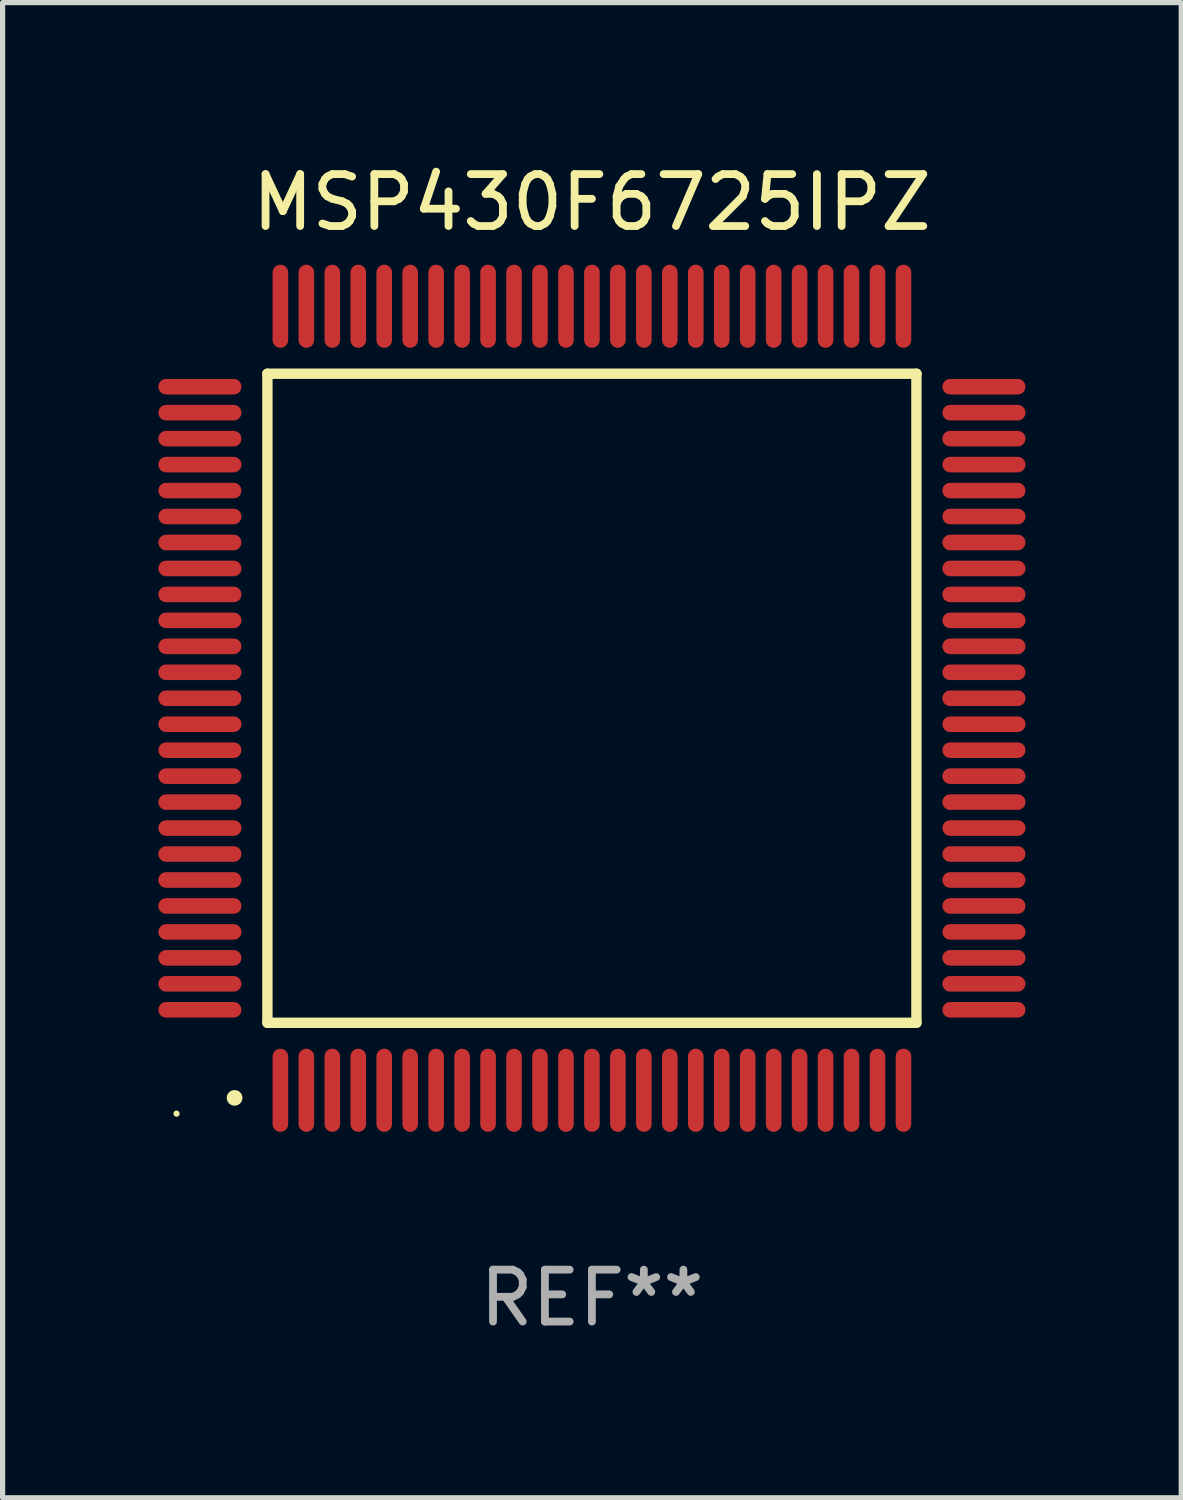
<source format=kicad_pcb>
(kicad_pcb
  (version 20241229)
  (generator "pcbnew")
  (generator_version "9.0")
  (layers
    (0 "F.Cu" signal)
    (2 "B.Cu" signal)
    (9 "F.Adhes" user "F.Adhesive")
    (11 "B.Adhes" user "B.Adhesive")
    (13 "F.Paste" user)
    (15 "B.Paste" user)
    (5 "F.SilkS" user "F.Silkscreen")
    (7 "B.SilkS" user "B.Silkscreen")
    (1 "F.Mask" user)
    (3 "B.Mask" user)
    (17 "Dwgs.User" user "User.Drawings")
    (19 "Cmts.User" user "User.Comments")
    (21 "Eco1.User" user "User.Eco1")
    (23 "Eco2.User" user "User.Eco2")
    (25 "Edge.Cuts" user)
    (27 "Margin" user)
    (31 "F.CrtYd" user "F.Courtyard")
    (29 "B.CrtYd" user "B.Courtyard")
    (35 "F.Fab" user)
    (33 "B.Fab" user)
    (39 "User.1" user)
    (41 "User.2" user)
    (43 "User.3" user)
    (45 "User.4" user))
  (footprint "MSP430F6725IPZ"
    (layer "F.Cu")
    (at 8.35 10.398)
    (property "Reference" "MSP430F6725IPZ" (at 0 -9.55 0) (layer "F.SilkS") (effects (font (size 1 1) (thickness 0.15))))
    (attr through_hole)
    (fp_line (start -6.25 -6.25) (end -6.25 6.25) (stroke (width 0.2) (type solid)) (layer "F.SilkS"))
    (fp_line (start -6.25 6.25) (end 6.25 6.25) (stroke (width 0.2) (type solid)) (layer "F.SilkS"))
    (fp_line (start 6.25 -6.25) (end -6.25 -6.25) (stroke (width 0.2) (type solid)) (layer "F.SilkS"))
    (fp_line (start 6.25 6.25) (end 6.25 -6.25) (stroke (width 0.2) (type solid)) (layer "F.SilkS"))
    (fp_arc (start -6.883414 7.696215) (mid -6.882144 7.69621) (end -6.880874 7.696215) (stroke (width 0.3) (type solid)) (layer "F.SilkS"))
    (fp_circle (center -8 8) (end -7.97 8) (stroke (width 0.06) (type solid)) (fill no) (layer "F.SilkS"))
    (fp_text user "REF**" (at 0 11.55 0) (layer "F.Fab") (effects (font (size 1 1) (thickness 0.15))))
    (pad "1" smd oval (at -6 7.55) (size 0.3 1.6) (layers "F.Cu" "F.Mask" "F.Paste"))
    (pad "2" smd oval (at -5.5 7.55) (size 0.3 1.6) (layers "F.Cu" "F.Mask" "F.Paste"))
    (pad "3" smd oval (at -5 7.55) (size 0.3 1.6) (layers "F.Cu" "F.Mask" "F.Paste"))
    (pad "4" smd oval (at -4.5 7.55) (size 0.3 1.6) (layers "F.Cu" "F.Mask" "F.Paste"))
    (pad "5" smd oval (at -4 7.55) (size 0.3 1.6) (layers "F.Cu" "F.Mask" "F.Paste"))
    (pad "6" smd oval (at -3.5 7.55) (size 0.3 1.6) (layers "F.Cu" "F.Mask" "F.Paste"))
    (pad "7" smd oval (at -3 7.55) (size 0.3 1.6) (layers "F.Cu" "F.Mask" "F.Paste"))
    (pad "8" smd oval (at -2.5 7.55) (size 0.3 1.6) (layers "F.Cu" "F.Mask" "F.Paste"))
    (pad "9" smd oval (at -2 7.55) (size 0.3 1.6) (layers "F.Cu" "F.Mask" "F.Paste"))
    (pad "10" smd oval (at -1.5 7.55) (size 0.3 1.6) (layers "F.Cu" "F.Mask" "F.Paste"))
    (pad "11" smd oval (at -1 7.55) (size 0.3 1.6) (layers "F.Cu" "F.Mask" "F.Paste"))
    (pad "12" smd oval (at -0.5 7.55) (size 0.3 1.6) (layers "F.Cu" "F.Mask" "F.Paste"))
    (pad "13" smd oval (at 0 7.55) (size 0.3 1.6) (layers "F.Cu" "F.Mask" "F.Paste"))
    (pad "14" smd oval (at 0.5 7.55) (size 0.3 1.6) (layers "F.Cu" "F.Mask" "F.Paste"))
    (pad "15" smd oval (at 1 7.55) (size 0.3 1.6) (layers "F.Cu" "F.Mask" "F.Paste"))
    (pad "16" smd oval (at 1.5 7.55) (size 0.3 1.6) (layers "F.Cu" "F.Mask" "F.Paste"))
    (pad "17" smd oval (at 2 7.55) (size 0.3 1.6) (layers "F.Cu" "F.Mask" "F.Paste"))
    (pad "18" smd oval (at 2.5 7.55) (size 0.3 1.6) (layers "F.Cu" "F.Mask" "F.Paste"))
    (pad "19" smd oval (at 3 7.55) (size 0.3 1.6) (layers "F.Cu" "F.Mask" "F.Paste"))
    (pad "20" smd oval (at 3.5 7.55) (size 0.3 1.6) (layers "F.Cu" "F.Mask" "F.Paste"))
    (pad "21" smd oval (at 4 7.55) (size 0.3 1.6) (layers "F.Cu" "F.Mask" "F.Paste"))
    (pad "22" smd oval (at 4.5 7.55) (size 0.3 1.6) (layers "F.Cu" "F.Mask" "F.Paste"))
    (pad "23" smd oval (at 5 7.55) (size 0.3 1.6) (layers "F.Cu" "F.Mask" "F.Paste"))
    (pad "24" smd oval (at 5.5 7.55) (size 0.3 1.6) (layers "F.Cu" "F.Mask" "F.Paste"))
    (pad "25" smd oval (at 6 7.55) (size 0.3 1.6) (layers "F.Cu" "F.Mask" "F.Paste"))
    (pad "26" smd oval (at 7.55 6) (size 1.6 0.3) (layers "F.Cu" "F.Mask" "F.Paste"))
    (pad "27" smd oval (at 7.55 5.5) (size 1.6 0.3) (layers "F.Cu" "F.Mask" "F.Paste"))
    (pad "28" smd oval (at 7.55 5) (size 1.6 0.3) (layers "F.Cu" "F.Mask" "F.Paste"))
    (pad "29" smd oval (at 7.55 4.5) (size 1.6 0.3) (layers "F.Cu" "F.Mask" "F.Paste"))
    (pad "30" smd oval (at 7.55 4) (size 1.6 0.3) (layers "F.Cu" "F.Mask" "F.Paste"))
    (pad "31" smd oval (at 7.55 3.5) (size 1.6 0.3) (layers "F.Cu" "F.Mask" "F.Paste"))
    (pad "32" smd oval (at 7.55 3) (size 1.6 0.3) (layers "F.Cu" "F.Mask" "F.Paste"))
    (pad "33" smd oval (at 7.55 2.5) (size 1.6 0.3) (layers "F.Cu" "F.Mask" "F.Paste"))
    (pad "34" smd oval (at 7.55 2) (size 1.6 0.3) (layers "F.Cu" "F.Mask" "F.Paste"))
    (pad "35" smd oval (at 7.55 1.5) (size 1.6 0.3) (layers "F.Cu" "F.Mask" "F.Paste"))
    (pad "36" smd oval (at 7.55 1) (size 1.6 0.3) (layers "F.Cu" "F.Mask" "F.Paste"))
    (pad "37" smd oval (at 7.55 0.5) (size 1.6 0.3) (layers "F.Cu" "F.Mask" "F.Paste"))
    (pad "38" smd oval (at 7.55 0) (size 1.6 0.3) (layers "F.Cu" "F.Mask" "F.Paste"))
    (pad "39" smd oval (at 7.55 -0.5) (size 1.6 0.3) (layers "F.Cu" "F.Mask" "F.Paste"))
    (pad "40" smd oval (at 7.55 -1) (size 1.6 0.3) (layers "F.Cu" "F.Mask" "F.Paste"))
    (pad "41" smd oval (at 7.55 -1.5) (size 1.6 0.3) (layers "F.Cu" "F.Mask" "F.Paste"))
    (pad "42" smd oval (at 7.55 -2) (size 1.6 0.3) (layers "F.Cu" "F.Mask" "F.Paste"))
    (pad "43" smd oval (at 7.55 -2.5) (size 1.6 0.3) (layers "F.Cu" "F.Mask" "F.Paste"))
    (pad "44" smd oval (at 7.55 -3) (size 1.6 0.3) (layers "F.Cu" "F.Mask" "F.Paste"))
    (pad "45" smd oval (at 7.55 -3.5) (size 1.6 0.3) (layers "F.Cu" "F.Mask" "F.Paste"))
    (pad "46" smd oval (at 7.55 -4) (size 1.6 0.3) (layers "F.Cu" "F.Mask" "F.Paste"))
    (pad "47" smd oval (at 7.55 -4.5) (size 1.6 0.3) (layers "F.Cu" "F.Mask" "F.Paste"))
    (pad "48" smd oval (at 7.55 -5) (size 1.6 0.3) (layers "F.Cu" "F.Mask" "F.Paste"))
    (pad "49" smd oval (at 7.55 -5.5) (size 1.6 0.3) (layers "F.Cu" "F.Mask" "F.Paste"))
    (pad "50" smd oval (at 7.55 -6) (size 1.6 0.3) (layers "F.Cu" "F.Mask" "F.Paste"))
    (pad "51" smd oval (at 6 -7.55) (size 0.3 1.6) (layers "F.Cu" "F.Mask" "F.Paste"))
    (pad "52" smd oval (at 5.5 -7.55) (size 0.3 1.6) (layers "F.Cu" "F.Mask" "F.Paste"))
    (pad "53" smd oval (at 5 -7.55) (size 0.3 1.6) (layers "F.Cu" "F.Mask" "F.Paste"))
    (pad "54" smd oval (at 4.5 -7.55) (size 0.3 1.6) (layers "F.Cu" "F.Mask" "F.Paste"))
    (pad "55" smd oval (at 4 -7.55) (size 0.3 1.6) (layers "F.Cu" "F.Mask" "F.Paste"))
    (pad "56" smd oval (at 3.5 -7.55) (size 0.3 1.6) (layers "F.Cu" "F.Mask" "F.Paste"))
    (pad "57" smd oval (at 3 -7.55) (size 0.3 1.6) (layers "F.Cu" "F.Mask" "F.Paste"))
    (pad "58" smd oval (at 2.5 -7.55) (size 0.3 1.6) (layers "F.Cu" "F.Mask" "F.Paste"))
    (pad "59" smd oval (at 2 -7.55) (size 0.3 1.6) (layers "F.Cu" "F.Mask" "F.Paste"))
    (pad "60" smd oval (at 1.5 -7.55) (size 0.3 1.6) (layers "F.Cu" "F.Mask" "F.Paste"))
    (pad "61" smd oval (at 1 -7.55) (size 0.3 1.6) (layers "F.Cu" "F.Mask" "F.Paste"))
    (pad "62" smd oval (at 0.5 -7.55) (size 0.3 1.6) (layers "F.Cu" "F.Mask" "F.Paste"))
    (pad "63" smd oval (at 0 -7.55) (size 0.3 1.6) (layers "F.Cu" "F.Mask" "F.Paste"))
    (pad "64" smd oval (at -0.5 -7.55) (size 0.3 1.6) (layers "F.Cu" "F.Mask" "F.Paste"))
    (pad "65" smd oval (at -1 -7.55) (size 0.3 1.6) (layers "F.Cu" "F.Mask" "F.Paste"))
    (pad "66" smd oval (at -1.5 -7.55) (size 0.3 1.6) (layers "F.Cu" "F.Mask" "F.Paste"))
    (pad "67" smd oval (at -2 -7.55) (size 0.3 1.6) (layers "F.Cu" "F.Mask" "F.Paste"))
    (pad "68" smd oval (at -2.5 -7.55) (size 0.3 1.6) (layers "F.Cu" "F.Mask" "F.Paste"))
    (pad "69" smd oval (at -3 -7.55) (size 0.3 1.6) (layers "F.Cu" "F.Mask" "F.Paste"))
    (pad "70" smd oval (at -3.5 -7.55) (size 0.3 1.6) (layers "F.Cu" "F.Mask" "F.Paste"))
    (pad "71" smd oval (at -4 -7.55) (size 0.3 1.6) (layers "F.Cu" "F.Mask" "F.Paste"))
    (pad "72" smd oval (at -4.5 -7.55) (size 0.3 1.6) (layers "F.Cu" "F.Mask" "F.Paste"))
    (pad "73" smd oval (at -5 -7.55) (size 0.3 1.6) (layers "F.Cu" "F.Mask" "F.Paste"))
    (pad "74" smd oval (at -5.5 -7.55) (size 0.3 1.6) (layers "F.Cu" "F.Mask" "F.Paste"))
    (pad "75" smd oval (at -6 -7.55) (size 0.3 1.6) (layers "F.Cu" "F.Mask" "F.Paste"))
    (pad "76" smd oval (at -7.55 -6) (size 1.6 0.3) (layers "F.Cu" "F.Mask" "F.Paste"))
    (pad "77" smd oval (at -7.55 -5.5) (size 1.6 0.3) (layers "F.Cu" "F.Mask" "F.Paste"))
    (pad "78" smd oval (at -7.55 -5) (size 1.6 0.3) (layers "F.Cu" "F.Mask" "F.Paste"))
    (pad "79" smd oval (at -7.55 -4.5) (size 1.6 0.3) (layers "F.Cu" "F.Mask" "F.Paste"))
    (pad "80" smd oval (at -7.55 -4) (size 1.6 0.3) (layers "F.Cu" "F.Mask" "F.Paste"))
    (pad "81" smd oval (at -7.55 -3.5) (size 1.6 0.3) (layers "F.Cu" "F.Mask" "F.Paste"))
    (pad "82" smd oval (at -7.55 -3) (size 1.6 0.3) (layers "F.Cu" "F.Mask" "F.Paste"))
    (pad "83" smd oval (at -7.55 -2.5) (size 1.6 0.3) (layers "F.Cu" "F.Mask" "F.Paste"))
    (pad "84" smd oval (at -7.55 -2) (size 1.6 0.3) (layers "F.Cu" "F.Mask" "F.Paste"))
    (pad "85" smd oval (at -7.55 -1.5) (size 1.6 0.3) (layers "F.Cu" "F.Mask" "F.Paste"))
    (pad "86" smd oval (at -7.55 -1) (size 1.6 0.3) (layers "F.Cu" "F.Mask" "F.Paste"))
    (pad "87" smd oval (at -7.55 -0.5) (size 1.6 0.3) (layers "F.Cu" "F.Mask" "F.Paste"))
    (pad "88" smd oval (at -7.55 0) (size 1.6 0.3) (layers "F.Cu" "F.Mask" "F.Paste"))
    (pad "89" smd oval (at -7.55 0.5) (size 1.6 0.3) (layers "F.Cu" "F.Mask" "F.Paste"))
    (pad "90" smd oval (at -7.55 1) (size 1.6 0.3) (layers "F.Cu" "F.Mask" "F.Paste"))
    (pad "91" smd oval (at -7.55 1.5) (size 1.6 0.3) (layers "F.Cu" "F.Mask" "F.Paste"))
    (pad "92" smd oval (at -7.55 2) (size 1.6 0.3) (layers "F.Cu" "F.Mask" "F.Paste"))
    (pad "93" smd oval (at -7.55 2.5) (size 1.6 0.3) (layers "F.Cu" "F.Mask" "F.Paste"))
    (pad "94" smd oval (at -7.55 3) (size 1.6 0.3) (layers "F.Cu" "F.Mask" "F.Paste"))
    (pad "95" smd oval (at -7.55 3.5) (size 1.6 0.3) (layers "F.Cu" "F.Mask" "F.Paste"))
    (pad "96" smd oval (at -7.55 4) (size 1.6 0.3) (layers "F.Cu" "F.Mask" "F.Paste"))
    (pad "97" smd oval (at -7.55 4.5) (size 1.6 0.3) (layers "F.Cu" "F.Mask" "F.Paste"))
    (pad "98" smd oval (at -7.55 5) (size 1.6 0.3) (layers "F.Cu" "F.Mask" "F.Paste"))
    (pad "99" smd oval (at -7.55 5.5) (size 1.6 0.3) (layers "F.Cu" "F.Mask" "F.Paste"))
    (pad "100" smd oval (at -7.55 6) (size 1.6 0.3) (layers "F.Cu" "F.Mask" "F.Paste")))
  (gr_rect
    (start -3 -3)
    (end 19.7 25.796)
    (stroke (width 0.1) (type default))
    (fill no)
    (layer "Edge.Cuts")))
</source>
